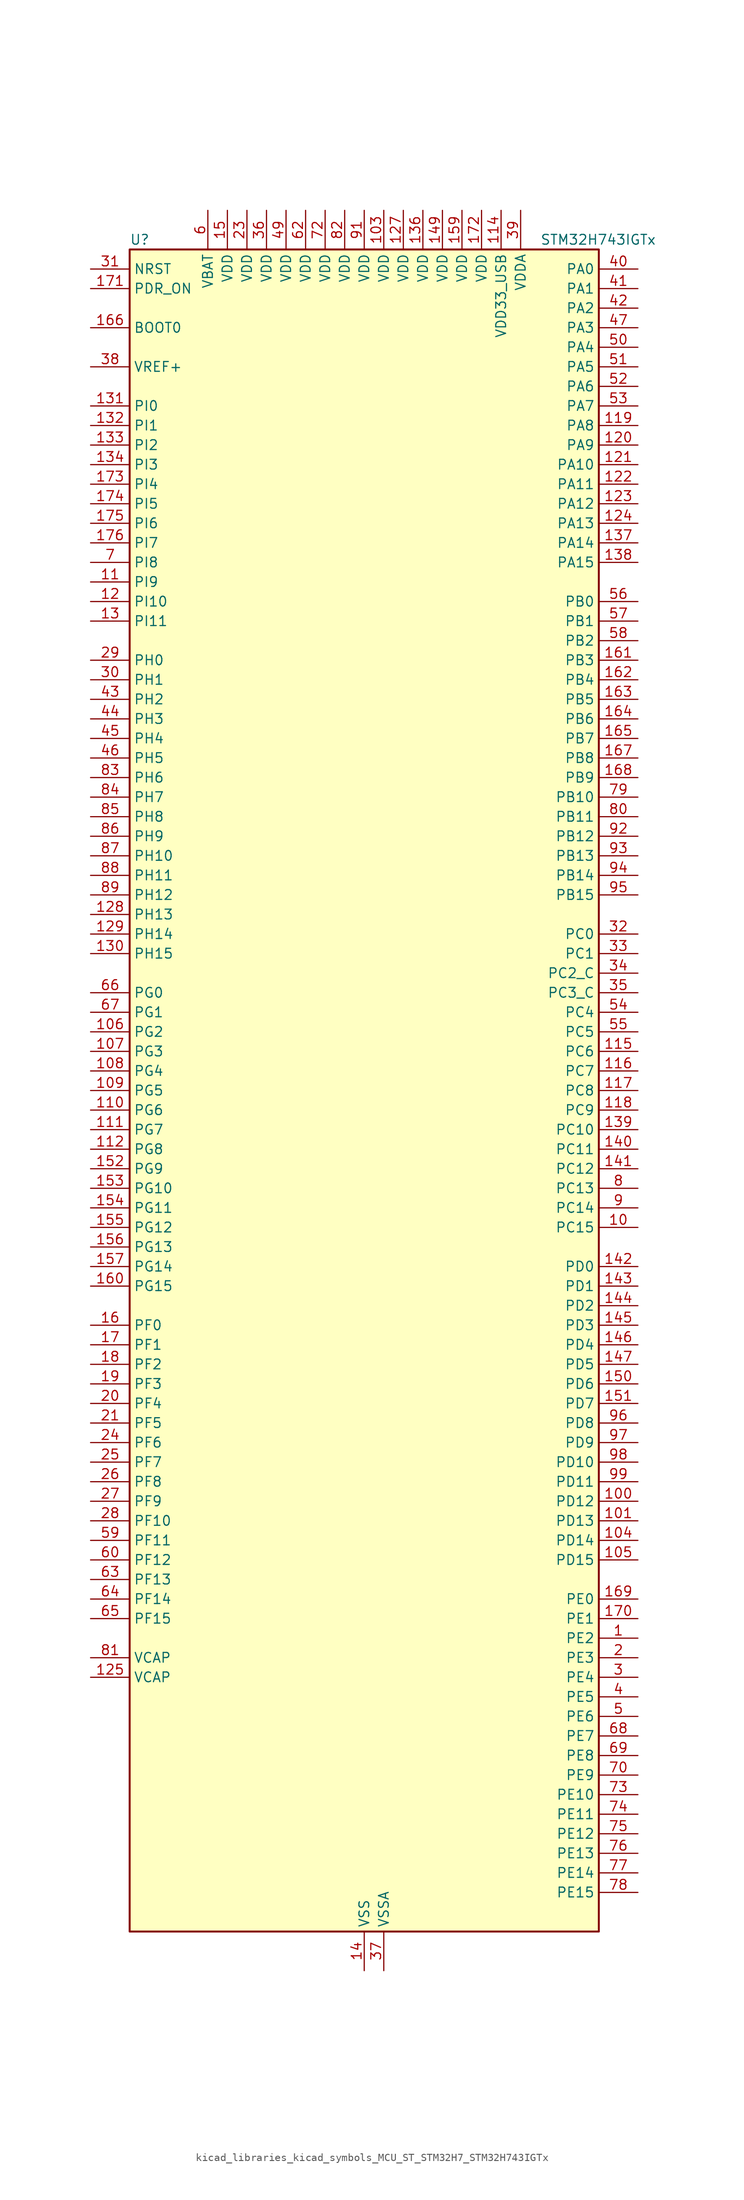
<source format=kicad_sym>
(kicad_symbol_lib
  (version 20220914)
  (generator kicad_symbol_editor)
  (symbol "kicad_libraries_kicad_symbols_MCU_ST_STM32H7_STM32H743IGTx"
    (property "Reference" "U"
      (at -30.48 110.49 0)
      (effects (font (size 1.27 1.27)) (justify left)))
    (property "Value" "STM32H743IGTx"
      (at 22.86 110.49 0)
      (effects (font (size 1.27 1.27)) (justify left)))
    (property "ki_locked" ""
      (at 0 0 0)
      (effects (font (size 1.27 1.27))))
    (symbol "kicad_libraries_kicad_symbols_MCU_ST_STM32H7_STM32H743IGTx_0_1"
      (rectangle (start -30.48 -109.22) (end 30.48 109.22) (stroke (width 0.254) (type default)) (fill (type background))))
    (symbol "kicad_libraries_kicad_symbols_MCU_ST_STM32H7_STM32H743IGTx_1_1"
      (pin bidirectional line (at 35.56 -71.12 180) (length 5.08) (name "PE2" (effects (font (size 1.27 1.27)))) (number "1" (effects (font (size 1.27 1.27)))) (alternate "DEBUG_TRACECLK" bidirectional line) (alternate "ETH_TXD3" bidirectional line) (alternate "FMC_A23" bidirectional line) (alternate "QUADSPI_BK1_IO2" bidirectional line) (alternate "SAI1_CK1" bidirectional line) (alternate "SAI1_MCLK_A" bidirectional line) (alternate "SAI4_CK1" bidirectional line) (alternate "SAI4_MCLK_A" bidirectional line) (alternate "SPI4_SCK" bidirectional line))
      (pin bidirectional line (at 35.56 -17.78 180) (length 5.08) (name "PC15" (effects (font (size 1.27 1.27)))) (number "10" (effects (font (size 1.27 1.27)))) (alternate "ADC1_EXTI15" bidirectional line) (alternate "ADC2_EXTI15" bidirectional line) (alternate "ADC3_EXTI15" bidirectional line) (alternate "RCC_OSC32_OUT" bidirectional line))
      (pin bidirectional line (at 35.56 -53.34 180) (length 5.08) (name "PD12" (effects (font (size 1.27 1.27)))) (number "100" (effects (font (size 1.27 1.27)))) (alternate "FMC_A17" bidirectional line) (alternate "FMC_ALE" bidirectional line) (alternate "I2C4_SCL" bidirectional line) (alternate "LPTIM1_IN1" bidirectional line) (alternate "LPTIM2_IN1" bidirectional line) (alternate "QUADSPI_BK1_IO1" bidirectional line) (alternate "SAI2_FS_A" bidirectional line) (alternate "TIM4_CH1" bidirectional line) (alternate "USART3_DE" bidirectional line) (alternate "USART3_RTS" bidirectional line))
      (pin bidirectional line (at 35.56 -55.88 180) (length 5.08) (name "PD13" (effects (font (size 1.27 1.27)))) (number "101" (effects (font (size 1.27 1.27)))) (alternate "FMC_A18" bidirectional line) (alternate "I2C4_SDA" bidirectional line) (alternate "LPTIM1_OUT" bidirectional line) (alternate "QUADSPI_BK1_IO3" bidirectional line) (alternate "SAI2_SCK_A" bidirectional line) (alternate "TIM4_CH2" bidirectional line))
      (pin passive line (at 0 -114.3 90) (length 5.08) hide (name "VSS" (effects (font (size 1.27 1.27)))) (number "102" (effects (font (size 1.27 1.27)))))
      (pin power_in line (at 2.54 114.3 270) (length 5.08) (name "VDD" (effects (font (size 1.27 1.27)))) (number "103" (effects (font (size 1.27 1.27)))))
      (pin bidirectional line (at 35.56 -58.42 180) (length 5.08) (name "PD14" (effects (font (size 1.27 1.27)))) (number "104" (effects (font (size 1.27 1.27)))) (alternate "FMC_D0" bidirectional line) (alternate "FMC_DA0" bidirectional line) (alternate "SAI3_MCLK_B" bidirectional line) (alternate "TIM4_CH3" bidirectional line) (alternate "UART8_CTS" bidirectional line))
      (pin bidirectional line (at 35.56 -60.96 180) (length 5.08) (name "PD15" (effects (font (size 1.27 1.27)))) (number "105" (effects (font (size 1.27 1.27)))) (alternate "ADC1_EXTI15" bidirectional line) (alternate "ADC2_EXTI15" bidirectional line) (alternate "ADC3_EXTI15" bidirectional line) (alternate "FMC_D1" bidirectional line) (alternate "FMC_DA1" bidirectional line) (alternate "SAI3_MCLK_A" bidirectional line) (alternate "TIM4_CH4" bidirectional line) (alternate "UART8_DE" bidirectional line) (alternate "UART8_RTS" bidirectional line))
      (pin bidirectional line (at -35.56 7.62 0) (length 5.08) (name "PG2" (effects (font (size 1.27 1.27)))) (number "106" (effects (font (size 1.27 1.27)))) (alternate "FMC_A12" bidirectional line) (alternate "TIM8_BKIN" bidirectional line) (alternate "TIM8_BKIN_COMP1" bidirectional line) (alternate "TIM8_BKIN_COMP2" bidirectional line))
      (pin bidirectional line (at -35.56 5.08 0) (length 5.08) (name "PG3" (effects (font (size 1.27 1.27)))) (number "107" (effects (font (size 1.27 1.27)))) (alternate "FMC_A13" bidirectional line) (alternate "TIM8_BKIN2" bidirectional line) (alternate "TIM8_BKIN2_COMP1" bidirectional line) (alternate "TIM8_BKIN2_COMP2" bidirectional line))
      (pin bidirectional line (at -35.56 2.54 0) (length 5.08) (name "PG4" (effects (font (size 1.27 1.27)))) (number "108" (effects (font (size 1.27 1.27)))) (alternate "FMC_A14" bidirectional line) (alternate "FMC_BA0" bidirectional line) (alternate "TIM1_BKIN2" bidirectional line) (alternate "TIM1_BKIN2_COMP1" bidirectional line) (alternate "TIM1_BKIN2_COMP2" bidirectional line))
      (pin bidirectional line (at -35.56 0 0) (length 5.08) (name "PG5" (effects (font (size 1.27 1.27)))) (number "109" (effects (font (size 1.27 1.27)))) (alternate "FMC_A15" bidirectional line) (alternate "FMC_BA1" bidirectional line) (alternate "TIM1_ETR" bidirectional line))
      (pin bidirectional line (at -35.56 66.04 0) (length 5.08) (name "PI9" (effects (font (size 1.27 1.27)))) (number "11" (effects (font (size 1.27 1.27)))) (alternate "DAC1_EXTI9" bidirectional line) (alternate "FDCAN1_RX" bidirectional line) (alternate "FMC_D30" bidirectional line) (alternate "LTDC_VSYNC" bidirectional line) (alternate "UART4_RX" bidirectional line))
      (pin bidirectional line (at -35.56 -2.54 0) (length 5.08) (name "PG6" (effects (font (size 1.27 1.27)))) (number "110" (effects (font (size 1.27 1.27)))) (alternate "DCMI_D12" bidirectional line) (alternate "FMC_NE3" bidirectional line) (alternate "HRTIM_CHE1" bidirectional line) (alternate "LTDC_R7" bidirectional line) (alternate "QUADSPI_BK1_NCS" bidirectional line) (alternate "TIM17_BKIN" bidirectional line))
      (pin bidirectional line (at -35.56 -5.08 0) (length 5.08) (name "PG7" (effects (font (size 1.27 1.27)))) (number "111" (effects (font (size 1.27 1.27)))) (alternate "DCMI_D13" bidirectional line) (alternate "FMC_INT" bidirectional line) (alternate "HRTIM_CHE2" bidirectional line) (alternate "LTDC_CLK" bidirectional line) (alternate "SAI1_MCLK_A" bidirectional line) (alternate "USART6_CK" bidirectional line))
      (pin bidirectional line (at -35.56 -7.62 0) (length 5.08) (name "PG8" (effects (font (size 1.27 1.27)))) (number "112" (effects (font (size 1.27 1.27)))) (alternate "ETH_PPS_OUT" bidirectional line) (alternate "FMC_SDCLK" bidirectional line) (alternate "LTDC_G7" bidirectional line) (alternate "SPDIFRX1_IN2" bidirectional line) (alternate "SPI6_NSS" bidirectional line) (alternate "TIM8_ETR" bidirectional line) (alternate "USART6_DE" bidirectional line) (alternate "USART6_RTS" bidirectional line))
      (pin passive line (at 0 -114.3 90) (length 5.08) hide (name "VSS" (effects (font (size 1.27 1.27)))) (number "113" (effects (font (size 1.27 1.27)))))
      (pin power_in line (at 17.78 114.3 270) (length 5.08) (name "VDD33_USB" (effects (font (size 1.27 1.27)))) (number "114" (effects (font (size 1.27 1.27)))))
      (pin bidirectional line (at 35.56 5.08 180) (length 5.08) (name "PC6" (effects (font (size 1.27 1.27)))) (number "115" (effects (font (size 1.27 1.27)))) (alternate "DCMI_D0" bidirectional line) (alternate "DFSDM1_CKIN3" bidirectional line) (alternate "FMC_NWAIT" bidirectional line) (alternate "HRTIM_CHA1" bidirectional line) (alternate "I2S2_MCK" bidirectional line) (alternate "LTDC_HSYNC" bidirectional line) (alternate "SDMMC1_D0DIR" bidirectional line) (alternate "SDMMC1_D6" bidirectional line) (alternate "SDMMC2_D6" bidirectional line) (alternate "SWPMI1_IO" bidirectional line) (alternate "TIM3_CH1" bidirectional line) (alternate "TIM8_CH1" bidirectional line) (alternate "USART6_TX" bidirectional line))
      (pin bidirectional line (at 35.56 2.54 180) (length 5.08) (name "PC7" (effects (font (size 1.27 1.27)))) (number "116" (effects (font (size 1.27 1.27)))) (alternate "DCMI_D1" bidirectional line) (alternate "DEBUG_TRGIO" bidirectional line) (alternate "DFSDM1_DATIN3" bidirectional line) (alternate "FMC_NE1" bidirectional line) (alternate "HRTIM_CHA2" bidirectional line) (alternate "I2S3_MCK" bidirectional line) (alternate "LTDC_G6" bidirectional line) (alternate "SDMMC1_D123DIR" bidirectional line) (alternate "SDMMC1_D7" bidirectional line) (alternate "SDMMC2_D7" bidirectional line) (alternate "SWPMI1_TX" bidirectional line) (alternate "TIM3_CH2" bidirectional line) (alternate "TIM8_CH2" bidirectional line) (alternate "USART6_RX" bidirectional line))
      (pin bidirectional line (at 35.56 0 180) (length 5.08) (name "PC8" (effects (font (size 1.27 1.27)))) (number "117" (effects (font (size 1.27 1.27)))) (alternate "DCMI_D2" bidirectional line) (alternate "DEBUG_TRACED1" bidirectional line) (alternate "FMC_NCE" bidirectional line) (alternate "FMC_NE2" bidirectional line) (alternate "HRTIM_CHB1" bidirectional line) (alternate "SDMMC1_D0" bidirectional line) (alternate "SWPMI1_RX" bidirectional line) (alternate "TIM3_CH3" bidirectional line) (alternate "TIM8_CH3" bidirectional line) (alternate "UART5_DE" bidirectional line) (alternate "UART5_RTS" bidirectional line) (alternate "USART6_CK" bidirectional line))
      (pin bidirectional line (at 35.56 -2.54 180) (length 5.08) (name "PC9" (effects (font (size 1.27 1.27)))) (number "118" (effects (font (size 1.27 1.27)))) (alternate "DAC1_EXTI9" bidirectional line) (alternate "DCMI_D3" bidirectional line) (alternate "I2C3_SDA" bidirectional line) (alternate "I2S_CKIN" bidirectional line) (alternate "LTDC_B2" bidirectional line) (alternate "LTDC_G3" bidirectional line) (alternate "QUADSPI_BK1_IO0" bidirectional line) (alternate "RCC_MCO_2" bidirectional line) (alternate "SDMMC1_D1" bidirectional line) (alternate "SWPMI1_SUSPEND" bidirectional line) (alternate "TIM3_CH4" bidirectional line) (alternate "TIM8_CH4" bidirectional line) (alternate "UART5_CTS" bidirectional line))
      (pin bidirectional line (at 35.56 86.36 180) (length 5.08) (name "PA8" (effects (font (size 1.27 1.27)))) (number "119" (effects (font (size 1.27 1.27)))) (alternate "HRTIM_CHB2" bidirectional line) (alternate "I2C3_SCL" bidirectional line) (alternate "LTDC_B3" bidirectional line) (alternate "LTDC_R6" bidirectional line) (alternate "RCC_MCO_1" bidirectional line) (alternate "TIM1_CH1" bidirectional line) (alternate "TIM8_BKIN2" bidirectional line) (alternate "TIM8_BKIN2_COMP1" bidirectional line) (alternate "TIM8_BKIN2_COMP2" bidirectional line) (alternate "UART7_RX" bidirectional line) (alternate "USART1_CK" bidirectional line) (alternate "USB_OTG_FS_SOF" bidirectional line))
      (pin bidirectional line (at -35.56 63.5 0) (length 5.08) (name "PI10" (effects (font (size 1.27 1.27)))) (number "12" (effects (font (size 1.27 1.27)))) (alternate "ETH_RX_ER" bidirectional line) (alternate "FMC_D31" bidirectional line) (alternate "LTDC_HSYNC" bidirectional line))
      (pin bidirectional line (at 35.56 83.82 180) (length 5.08) (name "PA9" (effects (font (size 1.27 1.27)))) (number "120" (effects (font (size 1.27 1.27)))) (alternate "DAC1_EXTI9" bidirectional line) (alternate "DCMI_D0" bidirectional line) (alternate "HRTIM_CHC1" bidirectional line) (alternate "I2C3_SMBA" bidirectional line) (alternate "I2S2_CK" bidirectional line) (alternate "LPUART1_TX" bidirectional line) (alternate "LTDC_R5" bidirectional line) (alternate "SPI2_SCK" bidirectional line) (alternate "TIM1_CH2" bidirectional line) (alternate "USART1_TX" bidirectional line) (alternate "USB_OTG_FS_VBUS" bidirectional line))
      (pin bidirectional line (at 35.56 81.28 180) (length 5.08) (name "PA10" (effects (font (size 1.27 1.27)))) (number "121" (effects (font (size 1.27 1.27)))) (alternate "DCMI_D1" bidirectional line) (alternate "HRTIM_CHC2" bidirectional line) (alternate "LPUART1_RX" bidirectional line) (alternate "LTDC_B1" bidirectional line) (alternate "LTDC_B4" bidirectional line) (alternate "MDIOS_MDIO" bidirectional line) (alternate "TIM1_CH3" bidirectional line) (alternate "USART1_RX" bidirectional line) (alternate "USB_OTG_FS_ID" bidirectional line))
      (pin bidirectional line (at 35.56 78.74 180) (length 5.08) (name "PA11" (effects (font (size 1.27 1.27)))) (number "122" (effects (font (size 1.27 1.27)))) (alternate "ADC1_EXTI11" bidirectional line) (alternate "ADC2_EXTI11" bidirectional line) (alternate "ADC3_EXTI11" bidirectional line) (alternate "FDCAN1_RX" bidirectional line) (alternate "HRTIM_CHD1" bidirectional line) (alternate "I2S2_WS" bidirectional line) (alternate "LPUART1_CTS" bidirectional line) (alternate "LTDC_R4" bidirectional line) (alternate "SPI2_NSS" bidirectional line) (alternate "TIM1_CH4" bidirectional line) (alternate "UART4_RX" bidirectional line) (alternate "USART1_CTS" bidirectional line) (alternate "USART1_NSS" bidirectional line) (alternate "USB_OTG_FS_DM" bidirectional line))
      (pin bidirectional line (at 35.56 76.2 180) (length 5.08) (name "PA12" (effects (font (size 1.27 1.27)))) (number "123" (effects (font (size 1.27 1.27)))) (alternate "FDCAN1_TX" bidirectional line) (alternate "HRTIM_CHD2" bidirectional line) (alternate "I2S2_CK" bidirectional line) (alternate "LPUART1_DE" bidirectional line) (alternate "LPUART1_RTS" bidirectional line) (alternate "LTDC_R5" bidirectional line) (alternate "SAI2_FS_B" bidirectional line) (alternate "SPI2_SCK" bidirectional line) (alternate "TIM1_ETR" bidirectional line) (alternate "UART4_TX" bidirectional line) (alternate "USART1_DE" bidirectional line) (alternate "USART1_RTS" bidirectional line) (alternate "USB_OTG_FS_DP" bidirectional line))
      (pin bidirectional line (at 35.56 73.66 180) (length 5.08) (name "PA13" (effects (font (size 1.27 1.27)))) (number "124" (effects (font (size 1.27 1.27)))) (alternate "DEBUG_JTMS-SWDIO" bidirectional line))
      (pin power_out line (at -35.56 -76.2 0) (length 5.08) (name "VCAP" (effects (font (size 1.27 1.27)))) (number "125" (effects (font (size 1.27 1.27)))))
      (pin passive line (at 0 -114.3 90) (length 5.08) hide (name "VSS" (effects (font (size 1.27 1.27)))) (number "126" (effects (font (size 1.27 1.27)))))
      (pin power_in line (at 5.08 114.3 270) (length 5.08) (name "VDD" (effects (font (size 1.27 1.27)))) (number "127" (effects (font (size 1.27 1.27)))))
      (pin bidirectional line (at -35.56 22.86 0) (length 5.08) (name "PH13" (effects (font (size 1.27 1.27)))) (number "128" (effects (font (size 1.27 1.27)))) (alternate "FDCAN1_TX" bidirectional line) (alternate "FMC_D21" bidirectional line) (alternate "LTDC_G2" bidirectional line) (alternate "TIM8_CH1N" bidirectional line) (alternate "UART4_TX" bidirectional line))
      (pin bidirectional line (at -35.56 20.32 0) (length 5.08) (name "PH14" (effects (font (size 1.27 1.27)))) (number "129" (effects (font (size 1.27 1.27)))) (alternate "DCMI_D4" bidirectional line) (alternate "FDCAN1_RX" bidirectional line) (alternate "FMC_D22" bidirectional line) (alternate "LTDC_G3" bidirectional line) (alternate "TIM8_CH2N" bidirectional line) (alternate "UART4_RX" bidirectional line))
      (pin bidirectional line (at -35.56 60.96 0) (length 5.08) (name "PI11" (effects (font (size 1.27 1.27)))) (number "13" (effects (font (size 1.27 1.27)))) (alternate "ADC1_EXTI11" bidirectional line) (alternate "ADC2_EXTI11" bidirectional line) (alternate "ADC3_EXTI11" bidirectional line) (alternate "LTDC_G6" bidirectional line) (alternate "PWR_WKUP4" bidirectional line) (alternate "USB_OTG_HS_ULPI_DIR" bidirectional line))
      (pin bidirectional line (at -35.56 17.78 0) (length 5.08) (name "PH15" (effects (font (size 1.27 1.27)))) (number "130" (effects (font (size 1.27 1.27)))) (alternate "ADC1_EXTI15" bidirectional line) (alternate "ADC2_EXTI15" bidirectional line) (alternate "ADC3_EXTI15" bidirectional line) (alternate "DCMI_D11" bidirectional line) (alternate "FMC_D23" bidirectional line) (alternate "LTDC_G4" bidirectional line) (alternate "TIM8_CH3N" bidirectional line))
      (pin bidirectional line (at -35.56 88.9 0) (length 5.08) (name "PI0" (effects (font (size 1.27 1.27)))) (number "131" (effects (font (size 1.27 1.27)))) (alternate "DCMI_D13" bidirectional line) (alternate "FMC_D24" bidirectional line) (alternate "I2S2_WS" bidirectional line) (alternate "LTDC_G5" bidirectional line) (alternate "SPI2_NSS" bidirectional line) (alternate "TIM5_CH4" bidirectional line))
      (pin bidirectional line (at -35.56 86.36 0) (length 5.08) (name "PI1" (effects (font (size 1.27 1.27)))) (number "132" (effects (font (size 1.27 1.27)))) (alternate "DCMI_D8" bidirectional line) (alternate "FMC_D25" bidirectional line) (alternate "I2S2_CK" bidirectional line) (alternate "LTDC_G6" bidirectional line) (alternate "SPI2_SCK" bidirectional line) (alternate "TIM8_BKIN2" bidirectional line) (alternate "TIM8_BKIN2_COMP1" bidirectional line) (alternate "TIM8_BKIN2_COMP2" bidirectional line))
      (pin bidirectional line (at -35.56 83.82 0) (length 5.08) (name "PI2" (effects (font (size 1.27 1.27)))) (number "133" (effects (font (size 1.27 1.27)))) (alternate "DCMI_D9" bidirectional line) (alternate "FMC_D26" bidirectional line) (alternate "I2S2_SDI" bidirectional line) (alternate "LTDC_G7" bidirectional line) (alternate "SPI2_MISO" bidirectional line) (alternate "TIM8_CH4" bidirectional line))
      (pin bidirectional line (at -35.56 81.28 0) (length 5.08) (name "PI3" (effects (font (size 1.27 1.27)))) (number "134" (effects (font (size 1.27 1.27)))) (alternate "DCMI_D10" bidirectional line) (alternate "FMC_D27" bidirectional line) (alternate "I2S2_SDO" bidirectional line) (alternate "SPI2_MOSI" bidirectional line) (alternate "TIM8_ETR" bidirectional line))
      (pin passive line (at 0 -114.3 90) (length 5.08) hide (name "VSS" (effects (font (size 1.27 1.27)))) (number "135" (effects (font (size 1.27 1.27)))))
      (pin power_in line (at 7.62 114.3 270) (length 5.08) (name "VDD" (effects (font (size 1.27 1.27)))) (number "136" (effects (font (size 1.27 1.27)))))
      (pin bidirectional line (at 35.56 71.12 180) (length 5.08) (name "PA14" (effects (font (size 1.27 1.27)))) (number "137" (effects (font (size 1.27 1.27)))) (alternate "DEBUG_JTCK-SWCLK" bidirectional line))
      (pin bidirectional line (at 35.56 68.58 180) (length 5.08) (name "PA15" (effects (font (size 1.27 1.27)))) (number "138" (effects (font (size 1.27 1.27)))) (alternate "ADC1_EXTI15" bidirectional line) (alternate "ADC2_EXTI15" bidirectional line) (alternate "ADC3_EXTI15" bidirectional line) (alternate "CEC" bidirectional line) (alternate "DEBUG_JTDI" bidirectional line) (alternate "HRTIM_FLT1" bidirectional line) (alternate "I2S1_WS" bidirectional line) (alternate "I2S3_WS" bidirectional line) (alternate "SPI1_NSS" bidirectional line) (alternate "SPI3_NSS" bidirectional line) (alternate "SPI6_NSS" bidirectional line) (alternate "TIM2_CH1" bidirectional line) (alternate "TIM2_ETR" bidirectional line) (alternate "UART4_DE" bidirectional line) (alternate "UART4_RTS" bidirectional line) (alternate "UART7_TX" bidirectional line))
      (pin bidirectional line (at 35.56 -5.08 180) (length 5.08) (name "PC10" (effects (font (size 1.27 1.27)))) (number "139" (effects (font (size 1.27 1.27)))) (alternate "DCMI_D8" bidirectional line) (alternate "DFSDM1_CKIN5" bidirectional line) (alternate "HRTIM_EEV1" bidirectional line) (alternate "I2S3_CK" bidirectional line) (alternate "LTDC_R2" bidirectional line) (alternate "QUADSPI_BK1_IO1" bidirectional line) (alternate "SDMMC1_D2" bidirectional line) (alternate "SPI3_SCK" bidirectional line) (alternate "UART4_TX" bidirectional line) (alternate "USART3_TX" bidirectional line))
      (pin power_in line (at 0 -114.3 90) (length 5.08) (name "VSS" (effects (font (size 1.27 1.27)))) (number "14" (effects (font (size 1.27 1.27)))))
      (pin bidirectional line (at 35.56 -7.62 180) (length 5.08) (name "PC11" (effects (font (size 1.27 1.27)))) (number "140" (effects (font (size 1.27 1.27)))) (alternate "ADC1_EXTI11" bidirectional line) (alternate "ADC2_EXTI11" bidirectional line) (alternate "ADC3_EXTI11" bidirectional line) (alternate "DCMI_D4" bidirectional line) (alternate "DFSDM1_DATIN5" bidirectional line) (alternate "HRTIM_FLT2" bidirectional line) (alternate "I2S3_SDI" bidirectional line) (alternate "QUADSPI_BK2_NCS" bidirectional line) (alternate "SDMMC1_D3" bidirectional line) (alternate "SPI3_MISO" bidirectional line) (alternate "UART4_RX" bidirectional line) (alternate "USART3_RX" bidirectional line))
      (pin bidirectional line (at 35.56 -10.16 180) (length 5.08) (name "PC12" (effects (font (size 1.27 1.27)))) (number "141" (effects (font (size 1.27 1.27)))) (alternate "DCMI_D9" bidirectional line) (alternate "DEBUG_TRACED3" bidirectional line) (alternate "HRTIM_EEV2" bidirectional line) (alternate "I2S3_SDO" bidirectional line) (alternate "SDMMC1_CK" bidirectional line) (alternate "SPI3_MOSI" bidirectional line) (alternate "UART5_TX" bidirectional line) (alternate "USART3_CK" bidirectional line))
      (pin bidirectional line (at 35.56 -22.86 180) (length 5.08) (name "PD0" (effects (font (size 1.27 1.27)))) (number "142" (effects (font (size 1.27 1.27)))) (alternate "DFSDM1_CKIN6" bidirectional line) (alternate "FDCAN1_RX" bidirectional line) (alternate "FMC_D2" bidirectional line) (alternate "FMC_DA2" bidirectional line) (alternate "SAI3_SCK_A" bidirectional line) (alternate "UART4_RX" bidirectional line))
      (pin bidirectional line (at 35.56 -25.4 180) (length 5.08) (name "PD1" (effects (font (size 1.27 1.27)))) (number "143" (effects (font (size 1.27 1.27)))) (alternate "DFSDM1_DATIN6" bidirectional line) (alternate "FDCAN1_TX" bidirectional line) (alternate "FMC_D3" bidirectional line) (alternate "FMC_DA3" bidirectional line) (alternate "SAI3_SD_A" bidirectional line) (alternate "UART4_TX" bidirectional line))
      (pin bidirectional line (at 35.56 -27.94 180) (length 5.08) (name "PD2" (effects (font (size 1.27 1.27)))) (number "144" (effects (font (size 1.27 1.27)))) (alternate "DCMI_D11" bidirectional line) (alternate "DEBUG_TRACED2" bidirectional line) (alternate "SDMMC1_CMD" bidirectional line) (alternate "TIM3_ETR" bidirectional line) (alternate "UART5_RX" bidirectional line))
      (pin bidirectional line (at 35.56 -30.48 180) (length 5.08) (name "PD3" (effects (font (size 1.27 1.27)))) (number "145" (effects (font (size 1.27 1.27)))) (alternate "DCMI_D5" bidirectional line) (alternate "DFSDM1_CKOUT" bidirectional line) (alternate "FMC_CLK" bidirectional line) (alternate "I2S2_CK" bidirectional line) (alternate "LTDC_G7" bidirectional line) (alternate "SPI2_SCK" bidirectional line) (alternate "USART2_CTS" bidirectional line) (alternate "USART2_NSS" bidirectional line))
      (pin bidirectional line (at 35.56 -33.02 180) (length 5.08) (name "PD4" (effects (font (size 1.27 1.27)))) (number "146" (effects (font (size 1.27 1.27)))) (alternate "FMC_NOE" bidirectional line) (alternate "HRTIM_FLT3" bidirectional line) (alternate "SAI3_FS_A" bidirectional line) (alternate "USART2_DE" bidirectional line) (alternate "USART2_RTS" bidirectional line))
      (pin bidirectional line (at 35.56 -35.56 180) (length 5.08) (name "PD5" (effects (font (size 1.27 1.27)))) (number "147" (effects (font (size 1.27 1.27)))) (alternate "FMC_NWE" bidirectional line) (alternate "HRTIM_EEV3" bidirectional line) (alternate "USART2_TX" bidirectional line))
      (pin passive line (at 0 -114.3 90) (length 5.08) hide (name "VSS" (effects (font (size 1.27 1.27)))) (number "148" (effects (font (size 1.27 1.27)))))
      (pin power_in line (at 10.16 114.3 270) (length 5.08) (name "VDD" (effects (font (size 1.27 1.27)))) (number "149" (effects (font (size 1.27 1.27)))))
      (pin power_in line (at -17.78 114.3 270) (length 5.08) (name "VDD" (effects (font (size 1.27 1.27)))) (number "15" (effects (font (size 1.27 1.27)))))
      (pin bidirectional line (at 35.56 -38.1 180) (length 5.08) (name "PD6" (effects (font (size 1.27 1.27)))) (number "150" (effects (font (size 1.27 1.27)))) (alternate "DCMI_D10" bidirectional line) (alternate "DFSDM1_CKIN4" bidirectional line) (alternate "DFSDM1_DATIN1" bidirectional line) (alternate "FMC_NWAIT" bidirectional line) (alternate "I2S3_SDO" bidirectional line) (alternate "LTDC_B2" bidirectional line) (alternate "SAI1_D1" bidirectional line) (alternate "SAI1_SD_A" bidirectional line) (alternate "SAI4_D1" bidirectional line) (alternate "SAI4_SD_A" bidirectional line) (alternate "SDMMC2_CK" bidirectional line) (alternate "SPI3_MOSI" bidirectional line) (alternate "USART2_RX" bidirectional line))
      (pin bidirectional line (at 35.56 -40.64 180) (length 5.08) (name "PD7" (effects (font (size 1.27 1.27)))) (number "151" (effects (font (size 1.27 1.27)))) (alternate "DFSDM1_CKIN1" bidirectional line) (alternate "DFSDM1_DATIN4" bidirectional line) (alternate "FMC_NE1" bidirectional line) (alternate "I2S1_SDO" bidirectional line) (alternate "SDMMC2_CMD" bidirectional line) (alternate "SPDIFRX1_IN0" bidirectional line) (alternate "SPI1_MOSI" bidirectional line) (alternate "USART2_CK" bidirectional line))
      (pin bidirectional line (at -35.56 -10.16 0) (length 5.08) (name "PG9" (effects (font (size 1.27 1.27)))) (number "152" (effects (font (size 1.27 1.27)))) (alternate "DAC1_EXTI9" bidirectional line) (alternate "DCMI_VSYNC" bidirectional line) (alternate "FMC_NCE" bidirectional line) (alternate "FMC_NE2" bidirectional line) (alternate "I2S1_SDI" bidirectional line) (alternate "QUADSPI_BK2_IO2" bidirectional line) (alternate "SAI2_FS_B" bidirectional line) (alternate "SPDIFRX1_IN3" bidirectional line) (alternate "SPI1_MISO" bidirectional line) (alternate "USART6_RX" bidirectional line))
      (pin bidirectional line (at -35.56 -12.7 0) (length 5.08) (name "PG10" (effects (font (size 1.27 1.27)))) (number "153" (effects (font (size 1.27 1.27)))) (alternate "DCMI_D2" bidirectional line) (alternate "FMC_NE3" bidirectional line) (alternate "HRTIM_FLT5" bidirectional line) (alternate "I2S1_WS" bidirectional line) (alternate "LTDC_B2" bidirectional line) (alternate "LTDC_G3" bidirectional line) (alternate "SAI2_SD_B" bidirectional line) (alternate "SPI1_NSS" bidirectional line))
      (pin bidirectional line (at -35.56 -15.24 0) (length 5.08) (name "PG11" (effects (font (size 1.27 1.27)))) (number "154" (effects (font (size 1.27 1.27)))) (alternate "ADC1_EXTI11" bidirectional line) (alternate "ADC2_EXTI11" bidirectional line) (alternate "ADC3_EXTI11" bidirectional line) (alternate "DCMI_D3" bidirectional line) (alternate "ETH_TX_EN" bidirectional line) (alternate "HRTIM_EEV4" bidirectional line) (alternate "I2S1_CK" bidirectional line) (alternate "LPTIM1_IN2" bidirectional line) (alternate "LTDC_B3" bidirectional line) (alternate "SDMMC2_D2" bidirectional line) (alternate "SPDIFRX1_IN0" bidirectional line) (alternate "SPI1_SCK" bidirectional line))
      (pin bidirectional line (at -35.56 -17.78 0) (length 5.08) (name "PG12" (effects (font (size 1.27 1.27)))) (number "155" (effects (font (size 1.27 1.27)))) (alternate "ETH_TXD1" bidirectional line) (alternate "FMC_NE4" bidirectional line) (alternate "HRTIM_EEV5" bidirectional line) (alternate "LPTIM1_IN1" bidirectional line) (alternate "LTDC_B1" bidirectional line) (alternate "LTDC_B4" bidirectional line) (alternate "SPDIFRX1_IN1" bidirectional line) (alternate "SPI6_MISO" bidirectional line) (alternate "USART6_DE" bidirectional line) (alternate "USART6_RTS" bidirectional line))
      (pin bidirectional line (at -35.56 -20.32 0) (length 5.08) (name "PG13" (effects (font (size 1.27 1.27)))) (number "156" (effects (font (size 1.27 1.27)))) (alternate "DEBUG_TRACED0" bidirectional line) (alternate "ETH_TXD0" bidirectional line) (alternate "FMC_A24" bidirectional line) (alternate "HRTIM_EEV10" bidirectional line) (alternate "LPTIM1_OUT" bidirectional line) (alternate "LTDC_R0" bidirectional line) (alternate "SPI6_SCK" bidirectional line) (alternate "USART6_CTS" bidirectional line) (alternate "USART6_NSS" bidirectional line))
      (pin bidirectional line (at -35.56 -22.86 0) (length 5.08) (name "PG14" (effects (font (size 1.27 1.27)))) (number "157" (effects (font (size 1.27 1.27)))) (alternate "DEBUG_TRACED1" bidirectional line) (alternate "ETH_TXD1" bidirectional line) (alternate "FMC_A25" bidirectional line) (alternate "LPTIM1_ETR" bidirectional line) (alternate "LTDC_B0" bidirectional line) (alternate "QUADSPI_BK2_IO3" bidirectional line) (alternate "SPI6_MOSI" bidirectional line) (alternate "USART6_TX" bidirectional line))
      (pin passive line (at 0 -114.3 90) (length 5.08) hide (name "VSS" (effects (font (size 1.27 1.27)))) (number "158" (effects (font (size 1.27 1.27)))))
      (pin power_in line (at 12.7 114.3 270) (length 5.08) (name "VDD" (effects (font (size 1.27 1.27)))) (number "159" (effects (font (size 1.27 1.27)))))
      (pin bidirectional line (at -35.56 -30.48 0) (length 5.08) (name "PF0" (effects (font (size 1.27 1.27)))) (number "16" (effects (font (size 1.27 1.27)))) (alternate "FMC_A0" bidirectional line) (alternate "I2C2_SDA" bidirectional line))
      (pin bidirectional line (at -35.56 -25.4 0) (length 5.08) (name "PG15" (effects (font (size 1.27 1.27)))) (number "160" (effects (font (size 1.27 1.27)))) (alternate "ADC1_EXTI15" bidirectional line) (alternate "ADC2_EXTI15" bidirectional line) (alternate "ADC3_EXTI15" bidirectional line) (alternate "DCMI_D13" bidirectional line) (alternate "FMC_SDNCAS" bidirectional line) (alternate "USART6_CTS" bidirectional line) (alternate "USART6_NSS" bidirectional line))
      (pin bidirectional line (at 35.56 55.88 180) (length 5.08) (name "PB3" (effects (font (size 1.27 1.27)))) (number "161" (effects (font (size 1.27 1.27)))) (alternate "CRS_SYNC" bidirectional line) (alternate "DEBUG_JTDO-SWO" bidirectional line) (alternate "HRTIM_FLT4" bidirectional line) (alternate "I2S1_CK" bidirectional line) (alternate "I2S3_CK" bidirectional line) (alternate "SDMMC2_D2" bidirectional line) (alternate "SPI1_SCK" bidirectional line) (alternate "SPI3_SCK" bidirectional line) (alternate "SPI6_SCK" bidirectional line) (alternate "TIM2_CH2" bidirectional line) (alternate "UART7_RX" bidirectional line))
      (pin bidirectional line (at 35.56 53.34 180) (length 5.08) (name "PB4" (effects (font (size 1.27 1.27)))) (number "162" (effects (font (size 1.27 1.27)))) (alternate "DEBUG_JTRST" bidirectional line) (alternate "HRTIM_EEV6" bidirectional line) (alternate "I2S1_SDI" bidirectional line) (alternate "I2S2_WS" bidirectional line) (alternate "I2S3_SDI" bidirectional line) (alternate "SDMMC2_D3" bidirectional line) (alternate "SPI1_MISO" bidirectional line) (alternate "SPI2_NSS" bidirectional line) (alternate "SPI3_MISO" bidirectional line) (alternate "SPI6_MISO" bidirectional line) (alternate "TIM16_BKIN" bidirectional line) (alternate "TIM3_CH1" bidirectional line) (alternate "UART7_TX" bidirectional line))
      (pin bidirectional line (at 35.56 50.8 180) (length 5.08) (name "PB5" (effects (font (size 1.27 1.27)))) (number "163" (effects (font (size 1.27 1.27)))) (alternate "DCMI_D10" bidirectional line) (alternate "ETH_PPS_OUT" bidirectional line) (alternate "FDCAN2_RX" bidirectional line) (alternate "FMC_SDCKE1" bidirectional line) (alternate "HRTIM_EEV7" bidirectional line) (alternate "I2C1_SMBA" bidirectional line) (alternate "I2C4_SMBA" bidirectional line) (alternate "I2S1_SDO" bidirectional line) (alternate "I2S3_SDO" bidirectional line) (alternate "SPI1_MOSI" bidirectional line) (alternate "SPI3_MOSI" bidirectional line) (alternate "SPI6_MOSI" bidirectional line) (alternate "TIM17_BKIN" bidirectional line) (alternate "TIM3_CH2" bidirectional line) (alternate "UART5_RX" bidirectional line) (alternate "USB_OTG_HS_ULPI_D7" bidirectional line))
      (pin bidirectional line (at 35.56 48.26 180) (length 5.08) (name "PB6" (effects (font (size 1.27 1.27)))) (number "164" (effects (font (size 1.27 1.27)))) (alternate "CEC" bidirectional line) (alternate "DCMI_D5" bidirectional line) (alternate "DFSDM1_DATIN5" bidirectional line) (alternate "FDCAN2_TX" bidirectional line) (alternate "FMC_SDNE1" bidirectional line) (alternate "HRTIM_EEV8" bidirectional line) (alternate "I2C1_SCL" bidirectional line) (alternate "I2C4_SCL" bidirectional line) (alternate "LPUART1_TX" bidirectional line) (alternate "QUADSPI_BK1_NCS" bidirectional line) (alternate "TIM16_CH1N" bidirectional line) (alternate "TIM4_CH1" bidirectional line) (alternate "UART5_TX" bidirectional line) (alternate "USART1_TX" bidirectional line))
      (pin bidirectional line (at 35.56 45.72 180) (length 5.08) (name "PB7" (effects (font (size 1.27 1.27)))) (number "165" (effects (font (size 1.27 1.27)))) (alternate "DCMI_VSYNC" bidirectional line) (alternate "DFSDM1_CKIN5" bidirectional line) (alternate "FMC_NL" bidirectional line) (alternate "HRTIM_EEV9" bidirectional line) (alternate "I2C1_SDA" bidirectional line) (alternate "I2C4_SDA" bidirectional line) (alternate "LPUART1_RX" bidirectional line) (alternate "PWR_PVD_IN" bidirectional line) (alternate "TIM17_CH1N" bidirectional line) (alternate "TIM4_CH2" bidirectional line) (alternate "USART1_RX" bidirectional line))
      (pin input line (at -35.56 99.06 0) (length 5.08) (name "BOOT0" (effects (font (size 1.27 1.27)))) (number "166" (effects (font (size 1.27 1.27)))))
      (pin bidirectional line (at 35.56 43.18 180) (length 5.08) (name "PB8" (effects (font (size 1.27 1.27)))) (number "167" (effects (font (size 1.27 1.27)))) (alternate "DCMI_D6" bidirectional line) (alternate "DFSDM1_CKIN7" bidirectional line) (alternate "ETH_TXD3" bidirectional line) (alternate "FDCAN1_RX" bidirectional line) (alternate "I2C1_SCL" bidirectional line) (alternate "I2C4_SCL" bidirectional line) (alternate "LTDC_B6" bidirectional line) (alternate "SDMMC1_CKIN" bidirectional line) (alternate "SDMMC1_D4" bidirectional line) (alternate "SDMMC2_D4" bidirectional line) (alternate "TIM16_CH1" bidirectional line) (alternate "TIM4_CH3" bidirectional line) (alternate "UART4_RX" bidirectional line))
      (pin bidirectional line (at 35.56 40.64 180) (length 5.08) (name "PB9" (effects (font (size 1.27 1.27)))) (number "168" (effects (font (size 1.27 1.27)))) (alternate "DAC1_EXTI9" bidirectional line) (alternate "DCMI_D7" bidirectional line) (alternate "DFSDM1_DATIN7" bidirectional line) (alternate "FDCAN1_TX" bidirectional line) (alternate "I2C1_SDA" bidirectional line) (alternate "I2C4_SDA" bidirectional line) (alternate "I2C4_SMBA" bidirectional line) (alternate "I2S2_WS" bidirectional line) (alternate "LTDC_B7" bidirectional line) (alternate "SDMMC1_CDIR" bidirectional line) (alternate "SDMMC1_D5" bidirectional line) (alternate "SDMMC2_D5" bidirectional line) (alternate "SPI2_NSS" bidirectional line) (alternate "TIM17_CH1" bidirectional line) (alternate "TIM4_CH4" bidirectional line) (alternate "UART4_TX" bidirectional line))
      (pin bidirectional line (at 35.56 -66.04 180) (length 5.08) (name "PE0" (effects (font (size 1.27 1.27)))) (number "169" (effects (font (size 1.27 1.27)))) (alternate "DCMI_D2" bidirectional line) (alternate "FMC_NBL0" bidirectional line) (alternate "HRTIM_SCIN" bidirectional line) (alternate "LPTIM1_ETR" bidirectional line) (alternate "LPTIM2_ETR" bidirectional line) (alternate "SAI2_MCLK_A" bidirectional line) (alternate "TIM4_ETR" bidirectional line) (alternate "UART8_RX" bidirectional line))
      (pin bidirectional line (at -35.56 -33.02 0) (length 5.08) (name "PF1" (effects (font (size 1.27 1.27)))) (number "17" (effects (font (size 1.27 1.27)))) (alternate "FMC_A1" bidirectional line) (alternate "I2C2_SCL" bidirectional line))
      (pin bidirectional line (at 35.56 -68.58 180) (length 5.08) (name "PE1" (effects (font (size 1.27 1.27)))) (number "170" (effects (font (size 1.27 1.27)))) (alternate "DCMI_D3" bidirectional line) (alternate "FMC_NBL1" bidirectional line) (alternate "HRTIM_SCOUT" bidirectional line) (alternate "LPTIM1_IN2" bidirectional line) (alternate "UART8_TX" bidirectional line))
      (pin input line (at -35.56 104.14 0) (length 5.08) (name "PDR_ON" (effects (font (size 1.27 1.27)))) (number "171" (effects (font (size 1.27 1.27)))))
      (pin power_in line (at 15.24 114.3 270) (length 5.08) (name "VDD" (effects (font (size 1.27 1.27)))) (number "172" (effects (font (size 1.27 1.27)))))
      (pin bidirectional line (at -35.56 78.74 0) (length 5.08) (name "PI4" (effects (font (size 1.27 1.27)))) (number "173" (effects (font (size 1.27 1.27)))) (alternate "DCMI_D5" bidirectional line) (alternate "FMC_NBL2" bidirectional line) (alternate "LTDC_B4" bidirectional line) (alternate "SAI2_MCLK_A" bidirectional line) (alternate "TIM8_BKIN" bidirectional line) (alternate "TIM8_BKIN_COMP1" bidirectional line) (alternate "TIM8_BKIN_COMP2" bidirectional line))
      (pin bidirectional line (at -35.56 76.2 0) (length 5.08) (name "PI5" (effects (font (size 1.27 1.27)))) (number "174" (effects (font (size 1.27 1.27)))) (alternate "DCMI_VSYNC" bidirectional line) (alternate "FMC_NBL3" bidirectional line) (alternate "LTDC_B5" bidirectional line) (alternate "SAI2_SCK_A" bidirectional line) (alternate "TIM8_CH1" bidirectional line))
      (pin bidirectional line (at -35.56 73.66 0) (length 5.08) (name "PI6" (effects (font (size 1.27 1.27)))) (number "175" (effects (font (size 1.27 1.27)))) (alternate "DCMI_D6" bidirectional line) (alternate "FMC_D28" bidirectional line) (alternate "LTDC_B6" bidirectional line) (alternate "SAI2_SD_A" bidirectional line) (alternate "TIM8_CH2" bidirectional line))
      (pin bidirectional line (at -35.56 71.12 0) (length 5.08) (name "PI7" (effects (font (size 1.27 1.27)))) (number "176" (effects (font (size 1.27 1.27)))) (alternate "DCMI_D7" bidirectional line) (alternate "FMC_D29" bidirectional line) (alternate "LTDC_B7" bidirectional line) (alternate "SAI2_FS_A" bidirectional line) (alternate "TIM8_CH3" bidirectional line))
      (pin bidirectional line (at -35.56 -35.56 0) (length 5.08) (name "PF2" (effects (font (size 1.27 1.27)))) (number "18" (effects (font (size 1.27 1.27)))) (alternate "FMC_A2" bidirectional line) (alternate "I2C2_SMBA" bidirectional line))
      (pin bidirectional line (at -35.56 -38.1 0) (length 5.08) (name "PF3" (effects (font (size 1.27 1.27)))) (number "19" (effects (font (size 1.27 1.27)))) (alternate "ADC3_INP5" bidirectional line) (alternate "FMC_A3" bidirectional line))
      (pin bidirectional line (at 35.56 -73.66 180) (length 5.08) (name "PE3" (effects (font (size 1.27 1.27)))) (number "2" (effects (font (size 1.27 1.27)))) (alternate "DEBUG_TRACED0" bidirectional line) (alternate "FMC_A19" bidirectional line) (alternate "SAI1_SD_B" bidirectional line) (alternate "SAI4_SD_B" bidirectional line) (alternate "TIM15_BKIN" bidirectional line))
      (pin bidirectional line (at -35.56 -40.64 0) (length 5.08) (name "PF4" (effects (font (size 1.27 1.27)))) (number "20" (effects (font (size 1.27 1.27)))) (alternate "ADC3_INN5" bidirectional line) (alternate "ADC3_INP9" bidirectional line) (alternate "FMC_A4" bidirectional line))
      (pin bidirectional line (at -35.56 -43.18 0) (length 5.08) (name "PF5" (effects (font (size 1.27 1.27)))) (number "21" (effects (font (size 1.27 1.27)))) (alternate "ADC3_INP4" bidirectional line) (alternate "FMC_A5" bidirectional line))
      (pin passive line (at 0 -114.3 90) (length 5.08) hide (name "VSS" (effects (font (size 1.27 1.27)))) (number "22" (effects (font (size 1.27 1.27)))))
      (pin power_in line (at -15.24 114.3 270) (length 5.08) (name "VDD" (effects (font (size 1.27 1.27)))) (number "23" (effects (font (size 1.27 1.27)))))
      (pin bidirectional line (at -35.56 -45.72 0) (length 5.08) (name "PF6" (effects (font (size 1.27 1.27)))) (number "24" (effects (font (size 1.27 1.27)))) (alternate "ADC3_INN4" bidirectional line) (alternate "ADC3_INP8" bidirectional line) (alternate "QUADSPI_BK1_IO3" bidirectional line) (alternate "SAI1_SD_B" bidirectional line) (alternate "SAI4_SD_B" bidirectional line) (alternate "SPI5_NSS" bidirectional line) (alternate "TIM16_CH1" bidirectional line) (alternate "UART7_RX" bidirectional line))
      (pin bidirectional line (at -35.56 -48.26 0) (length 5.08) (name "PF7" (effects (font (size 1.27 1.27)))) (number "25" (effects (font (size 1.27 1.27)))) (alternate "ADC3_INP3" bidirectional line) (alternate "QUADSPI_BK1_IO2" bidirectional line) (alternate "SAI1_MCLK_B" bidirectional line) (alternate "SAI4_MCLK_B" bidirectional line) (alternate "SPI5_SCK" bidirectional line) (alternate "TIM17_CH1" bidirectional line) (alternate "UART7_TX" bidirectional line))
      (pin bidirectional line (at -35.56 -50.8 0) (length 5.08) (name "PF8" (effects (font (size 1.27 1.27)))) (number "26" (effects (font (size 1.27 1.27)))) (alternate "ADC3_INN3" bidirectional line) (alternate "ADC3_INP7" bidirectional line) (alternate "QUADSPI_BK1_IO0" bidirectional line) (alternate "SAI1_SCK_B" bidirectional line) (alternate "SAI4_SCK_B" bidirectional line) (alternate "SPI5_MISO" bidirectional line) (alternate "TIM13_CH1" bidirectional line) (alternate "TIM16_CH1N" bidirectional line) (alternate "UART7_DE" bidirectional line) (alternate "UART7_RTS" bidirectional line))
      (pin bidirectional line (at -35.56 -53.34 0) (length 5.08) (name "PF9" (effects (font (size 1.27 1.27)))) (number "27" (effects (font (size 1.27 1.27)))) (alternate "ADC3_INP2" bidirectional line) (alternate "DAC1_EXTI9" bidirectional line) (alternate "QUADSPI_BK1_IO1" bidirectional line) (alternate "SAI1_FS_B" bidirectional line) (alternate "SAI4_FS_B" bidirectional line) (alternate "SPI5_MOSI" bidirectional line) (alternate "TIM14_CH1" bidirectional line) (alternate "TIM17_CH1N" bidirectional line) (alternate "UART7_CTS" bidirectional line))
      (pin bidirectional line (at -35.56 -55.88 0) (length 5.08) (name "PF10" (effects (font (size 1.27 1.27)))) (number "28" (effects (font (size 1.27 1.27)))) (alternate "ADC3_INN2" bidirectional line) (alternate "ADC3_INP6" bidirectional line) (alternate "DCMI_D11" bidirectional line) (alternate "LTDC_DE" bidirectional line) (alternate "QUADSPI_CLK" bidirectional line) (alternate "SAI1_D3" bidirectional line) (alternate "SAI4_D3" bidirectional line) (alternate "TIM16_BKIN" bidirectional line))
      (pin bidirectional line (at -35.56 55.88 0) (length 5.08) (name "PH0" (effects (font (size 1.27 1.27)))) (number "29" (effects (font (size 1.27 1.27)))) (alternate "RCC_OSC_IN" bidirectional line))
      (pin bidirectional line (at 35.56 -76.2 180) (length 5.08) (name "PE4" (effects (font (size 1.27 1.27)))) (number "3" (effects (font (size 1.27 1.27)))) (alternate "DCMI_D4" bidirectional line) (alternate "DEBUG_TRACED1" bidirectional line) (alternate "DFSDM1_DATIN3" bidirectional line) (alternate "FMC_A20" bidirectional line) (alternate "LTDC_B0" bidirectional line) (alternate "SAI1_D2" bidirectional line) (alternate "SAI1_FS_A" bidirectional line) (alternate "SAI4_D2" bidirectional line) (alternate "SAI4_FS_A" bidirectional line) (alternate "SPI4_NSS" bidirectional line) (alternate "TIM15_CH1N" bidirectional line))
      (pin bidirectional line (at -35.56 53.34 0) (length 5.08) (name "PH1" (effects (font (size 1.27 1.27)))) (number "30" (effects (font (size 1.27 1.27)))) (alternate "RCC_OSC_OUT" bidirectional line))
      (pin input line (at -35.56 106.68 0) (length 5.08) (name "NRST" (effects (font (size 1.27 1.27)))) (number "31" (effects (font (size 1.27 1.27)))))
      (pin bidirectional line (at 35.56 20.32 180) (length 5.08) (name "PC0" (effects (font (size 1.27 1.27)))) (number "32" (effects (font (size 1.27 1.27)))) (alternate "ADC1_INP10" bidirectional line) (alternate "ADC2_INP10" bidirectional line) (alternate "ADC3_INP10" bidirectional line) (alternate "DFSDM1_CKIN0" bidirectional line) (alternate "DFSDM1_DATIN4" bidirectional line) (alternate "FMC_SDNWE" bidirectional line) (alternate "LTDC_R5" bidirectional line) (alternate "SAI2_FS_B" bidirectional line) (alternate "USB_OTG_HS_ULPI_STP" bidirectional line))
      (pin bidirectional line (at 35.56 17.78 180) (length 5.08) (name "PC1" (effects (font (size 1.27 1.27)))) (number "33" (effects (font (size 1.27 1.27)))) (alternate "ADC1_INN10" bidirectional line) (alternate "ADC1_INP11" bidirectional line) (alternate "ADC2_INN10" bidirectional line) (alternate "ADC2_INP11" bidirectional line) (alternate "ADC3_INN10" bidirectional line) (alternate "ADC3_INP11" bidirectional line) (alternate "DEBUG_TRACED0" bidirectional line) (alternate "DFSDM1_CKIN4" bidirectional line) (alternate "DFSDM1_DATIN0" bidirectional line) (alternate "ETH_MDC" bidirectional line) (alternate "I2S2_SDO" bidirectional line) (alternate "MDIOS_MDC" bidirectional line) (alternate "PWR_WKUP5" bidirectional line) (alternate "RTC_TAMP3" bidirectional line) (alternate "SAI1_D1" bidirectional line) (alternate "SAI1_SD_A" bidirectional line) (alternate "SAI4_D1" bidirectional line) (alternate "SAI4_SD_A" bidirectional line) (alternate "SDMMC2_CK" bidirectional line) (alternate "SPI2_MOSI" bidirectional line))
      (pin bidirectional line (at 35.56 15.24 180) (length 5.08) (name "PC2_C" (effects (font (size 1.27 1.27)))) (number "34" (effects (font (size 1.27 1.27)))) (alternate "ADC3_INN1" bidirectional line) (alternate "ADC3_INP0" bidirectional line) (alternate "DFSDM1_CKIN1" bidirectional line) (alternate "DFSDM1_CKOUT" bidirectional line) (alternate "ETH_TXD2" bidirectional line) (alternate "FMC_SDNE0" bidirectional line) (alternate "I2S2_SDI" bidirectional line) (alternate "PWR_CSTOP" bidirectional line) (alternate "SPI2_MISO" bidirectional line) (alternate "USB_OTG_HS_ULPI_DIR" bidirectional line))
      (pin bidirectional line (at 35.56 12.7 180) (length 5.08) (name "PC3_C" (effects (font (size 1.27 1.27)))) (number "35" (effects (font (size 1.27 1.27)))) (alternate "ADC3_INP1" bidirectional line) (alternate "DFSDM1_DATIN1" bidirectional line) (alternate "ETH_TX_CLK" bidirectional line) (alternate "FMC_SDCKE0" bidirectional line) (alternate "I2S2_SDO" bidirectional line) (alternate "PWR_CSLEEP" bidirectional line) (alternate "SPI2_MOSI" bidirectional line) (alternate "USB_OTG_HS_ULPI_NXT" bidirectional line))
      (pin power_in line (at -12.7 114.3 270) (length 5.08) (name "VDD" (effects (font (size 1.27 1.27)))) (number "36" (effects (font (size 1.27 1.27)))))
      (pin power_in line (at 2.54 -114.3 90) (length 5.08) (name "VSSA" (effects (font (size 1.27 1.27)))) (number "37" (effects (font (size 1.27 1.27)))))
      (pin input line (at -35.56 93.98 0) (length 5.08) (name "VREF+" (effects (font (size 1.27 1.27)))) (number "38" (effects (font (size 1.27 1.27)))) (alternate "VREFBUF_OUT" bidirectional line))
      (pin power_in line (at 20.32 114.3 270) (length 5.08) (name "VDDA" (effects (font (size 1.27 1.27)))) (number "39" (effects (font (size 1.27 1.27)))))
      (pin bidirectional line (at 35.56 -78.74 180) (length 5.08) (name "PE5" (effects (font (size 1.27 1.27)))) (number "4" (effects (font (size 1.27 1.27)))) (alternate "DCMI_D6" bidirectional line) (alternate "DEBUG_TRACED2" bidirectional line) (alternate "DFSDM1_CKIN3" bidirectional line) (alternate "FMC_A21" bidirectional line) (alternate "LTDC_G0" bidirectional line) (alternate "SAI1_CK2" bidirectional line) (alternate "SAI1_SCK_A" bidirectional line) (alternate "SAI4_CK2" bidirectional line) (alternate "SAI4_SCK_A" bidirectional line) (alternate "SPI4_MISO" bidirectional line) (alternate "TIM15_CH1" bidirectional line))
      (pin bidirectional line (at 35.56 106.68 180) (length 5.08) (name "PA0" (effects (font (size 1.27 1.27)))) (number "40" (effects (font (size 1.27 1.27)))) (alternate "ADC1_INP16" bidirectional line) (alternate "ETH_CRS" bidirectional line) (alternate "PWR_WKUP0" bidirectional line) (alternate "SAI2_SD_B" bidirectional line) (alternate "SDMMC2_CMD" bidirectional line) (alternate "TIM15_BKIN" bidirectional line) (alternate "TIM2_CH1" bidirectional line) (alternate "TIM2_ETR" bidirectional line) (alternate "TIM5_CH1" bidirectional line) (alternate "TIM8_ETR" bidirectional line) (alternate "UART4_TX" bidirectional line) (alternate "USART2_CTS" bidirectional line) (alternate "USART2_NSS" bidirectional line))
      (pin bidirectional line (at 35.56 104.14 180) (length 5.08) (name "PA1" (effects (font (size 1.27 1.27)))) (number "41" (effects (font (size 1.27 1.27)))) (alternate "ADC1_INN16" bidirectional line) (alternate "ADC1_INP17" bidirectional line) (alternate "ETH_REF_CLK" bidirectional line) (alternate "ETH_RX_CLK" bidirectional line) (alternate "LPTIM3_OUT" bidirectional line) (alternate "LTDC_R2" bidirectional line) (alternate "QUADSPI_BK1_IO3" bidirectional line) (alternate "SAI2_MCLK_B" bidirectional line) (alternate "TIM15_CH1N" bidirectional line) (alternate "TIM2_CH2" bidirectional line) (alternate "TIM5_CH2" bidirectional line) (alternate "UART4_RX" bidirectional line) (alternate "USART2_DE" bidirectional line) (alternate "USART2_RTS" bidirectional line))
      (pin bidirectional line (at 35.56 101.6 180) (length 5.08) (name "PA2" (effects (font (size 1.27 1.27)))) (number "42" (effects (font (size 1.27 1.27)))) (alternate "ADC1_INP14" bidirectional line) (alternate "ADC2_INP14" bidirectional line) (alternate "ETH_MDIO" bidirectional line) (alternate "LPTIM4_OUT" bidirectional line) (alternate "LTDC_R1" bidirectional line) (alternate "MDIOS_MDIO" bidirectional line) (alternate "PWR_WKUP1" bidirectional line) (alternate "SAI2_SCK_B" bidirectional line) (alternate "TIM15_CH1" bidirectional line) (alternate "TIM2_CH3" bidirectional line) (alternate "TIM5_CH3" bidirectional line) (alternate "USART2_TX" bidirectional line))
      (pin bidirectional line (at -35.56 50.8 0) (length 5.08) (name "PH2" (effects (font (size 1.27 1.27)))) (number "43" (effects (font (size 1.27 1.27)))) (alternate "ADC3_INP13" bidirectional line) (alternate "ETH_CRS" bidirectional line) (alternate "FMC_SDCKE0" bidirectional line) (alternate "LPTIM1_IN2" bidirectional line) (alternate "LTDC_R0" bidirectional line) (alternate "QUADSPI_BK2_IO0" bidirectional line) (alternate "SAI2_SCK_B" bidirectional line))
      (pin bidirectional line (at -35.56 48.26 0) (length 5.08) (name "PH3" (effects (font (size 1.27 1.27)))) (number "44" (effects (font (size 1.27 1.27)))) (alternate "ADC3_INN13" bidirectional line) (alternate "ADC3_INP14" bidirectional line) (alternate "ETH_COL" bidirectional line) (alternate "FMC_SDNE0" bidirectional line) (alternate "LTDC_R1" bidirectional line) (alternate "QUADSPI_BK2_IO1" bidirectional line) (alternate "SAI2_MCLK_B" bidirectional line))
      (pin bidirectional line (at -35.56 45.72 0) (length 5.08) (name "PH4" (effects (font (size 1.27 1.27)))) (number "45" (effects (font (size 1.27 1.27)))) (alternate "ADC3_INN14" bidirectional line) (alternate "ADC3_INP15" bidirectional line) (alternate "I2C2_SCL" bidirectional line) (alternate "LTDC_G4" bidirectional line) (alternate "LTDC_G5" bidirectional line) (alternate "USB_OTG_HS_ULPI_NXT" bidirectional line))
      (pin bidirectional line (at -35.56 43.18 0) (length 5.08) (name "PH5" (effects (font (size 1.27 1.27)))) (number "46" (effects (font (size 1.27 1.27)))) (alternate "ADC3_INN15" bidirectional line) (alternate "ADC3_INP16" bidirectional line) (alternate "FMC_SDNWE" bidirectional line) (alternate "I2C2_SDA" bidirectional line) (alternate "SPI5_NSS" bidirectional line))
      (pin bidirectional line (at 35.56 99.06 180) (length 5.08) (name "PA3" (effects (font (size 1.27 1.27)))) (number "47" (effects (font (size 1.27 1.27)))) (alternate "ADC1_INP15" bidirectional line) (alternate "ADC2_INP15" bidirectional line) (alternate "ETH_COL" bidirectional line) (alternate "LPTIM5_OUT" bidirectional line) (alternate "LTDC_B2" bidirectional line) (alternate "LTDC_B5" bidirectional line) (alternate "TIM15_CH2" bidirectional line) (alternate "TIM2_CH4" bidirectional line) (alternate "TIM5_CH4" bidirectional line) (alternate "USART2_RX" bidirectional line) (alternate "USB_OTG_HS_ULPI_D0" bidirectional line))
      (pin passive line (at 0 -114.3 90) (length 5.08) hide (name "VSS" (effects (font (size 1.27 1.27)))) (number "48" (effects (font (size 1.27 1.27)))))
      (pin power_in line (at -10.16 114.3 270) (length 5.08) (name "VDD" (effects (font (size 1.27 1.27)))) (number "49" (effects (font (size 1.27 1.27)))))
      (pin bidirectional line (at 35.56 -81.28 180) (length 5.08) (name "PE6" (effects (font (size 1.27 1.27)))) (number "5" (effects (font (size 1.27 1.27)))) (alternate "DCMI_D7" bidirectional line) (alternate "DEBUG_TRACED3" bidirectional line) (alternate "FMC_A22" bidirectional line) (alternate "LTDC_G1" bidirectional line) (alternate "SAI1_D1" bidirectional line) (alternate "SAI1_SD_A" bidirectional line) (alternate "SAI2_MCLK_B" bidirectional line) (alternate "SAI4_D1" bidirectional line) (alternate "SAI4_SD_A" bidirectional line) (alternate "SPI4_MOSI" bidirectional line) (alternate "TIM15_CH2" bidirectional line) (alternate "TIM1_BKIN2" bidirectional line) (alternate "TIM1_BKIN2_COMP1" bidirectional line) (alternate "TIM1_BKIN2_COMP2" bidirectional line))
      (pin bidirectional line (at 35.56 96.52 180) (length 5.08) (name "PA4" (effects (font (size 1.27 1.27)))) (number "50" (effects (font (size 1.27 1.27)))) (alternate "ADC1_INP18" bidirectional line) (alternate "ADC2_INP18" bidirectional line) (alternate "DAC1_OUT1" bidirectional line) (alternate "DCMI_HSYNC" bidirectional line) (alternate "I2S1_WS" bidirectional line) (alternate "I2S3_WS" bidirectional line) (alternate "LTDC_VSYNC" bidirectional line) (alternate "SPI1_NSS" bidirectional line) (alternate "SPI3_NSS" bidirectional line) (alternate "SPI6_NSS" bidirectional line) (alternate "TIM5_ETR" bidirectional line) (alternate "USART2_CK" bidirectional line) (alternate "USB_OTG_HS_SOF" bidirectional line))
      (pin bidirectional line (at 35.56 93.98 180) (length 5.08) (name "PA5" (effects (font (size 1.27 1.27)))) (number "51" (effects (font (size 1.27 1.27)))) (alternate "ADC1_INN18" bidirectional line) (alternate "ADC1_INP19" bidirectional line) (alternate "ADC2_INN18" bidirectional line) (alternate "ADC2_INP19" bidirectional line) (alternate "DAC1_OUT2" bidirectional line) (alternate "I2S1_CK" bidirectional line) (alternate "LTDC_R4" bidirectional line) (alternate "PWR_NDSTOP2" bidirectional line) (alternate "SPI1_SCK" bidirectional line) (alternate "SPI6_SCK" bidirectional line) (alternate "TIM2_CH1" bidirectional line) (alternate "TIM2_ETR" bidirectional line) (alternate "TIM8_CH1N" bidirectional line) (alternate "USB_OTG_HS_ULPI_CK" bidirectional line))
      (pin bidirectional line (at 35.56 91.44 180) (length 5.08) (name "PA6" (effects (font (size 1.27 1.27)))) (number "52" (effects (font (size 1.27 1.27)))) (alternate "ADC1_INP3" bidirectional line) (alternate "ADC2_INP3" bidirectional line) (alternate "DCMI_PIXCLK" bidirectional line) (alternate "I2S1_SDI" bidirectional line) (alternate "LTDC_G2" bidirectional line) (alternate "MDIOS_MDC" bidirectional line) (alternate "SPI1_MISO" bidirectional line) (alternate "SPI6_MISO" bidirectional line) (alternate "TIM13_CH1" bidirectional line) (alternate "TIM1_BKIN" bidirectional line) (alternate "TIM1_BKIN_COMP1" bidirectional line) (alternate "TIM1_BKIN_COMP2" bidirectional line) (alternate "TIM3_CH1" bidirectional line) (alternate "TIM8_BKIN" bidirectional line) (alternate "TIM8_BKIN_COMP1" bidirectional line) (alternate "TIM8_BKIN_COMP2" bidirectional line))
      (pin bidirectional line (at 35.56 88.9 180) (length 5.08) (name "PA7" (effects (font (size 1.27 1.27)))) (number "53" (effects (font (size 1.27 1.27)))) (alternate "ADC1_INN3" bidirectional line) (alternate "ADC1_INP7" bidirectional line) (alternate "ADC2_INN3" bidirectional line) (alternate "ADC2_INP7" bidirectional line) (alternate "ETH_CRS_DV" bidirectional line) (alternate "ETH_RX_DV" bidirectional line) (alternate "FMC_SDNWE" bidirectional line) (alternate "I2S1_SDO" bidirectional line) (alternate "OPAMP1_VINM" bidirectional line) (alternate "OPAMP1_VINM1" bidirectional line) (alternate "SPI1_MOSI" bidirectional line) (alternate "SPI6_MOSI" bidirectional line) (alternate "TIM14_CH1" bidirectional line) (alternate "TIM1_CH1N" bidirectional line) (alternate "TIM3_CH2" bidirectional line) (alternate "TIM8_CH1N" bidirectional line))
      (pin bidirectional line (at 35.56 10.16 180) (length 5.08) (name "PC4" (effects (font (size 1.27 1.27)))) (number "54" (effects (font (size 1.27 1.27)))) (alternate "ADC1_INP4" bidirectional line) (alternate "ADC2_INP4" bidirectional line) (alternate "COMP1_INM" bidirectional line) (alternate "DFSDM1_CKIN2" bidirectional line) (alternate "ETH_RXD0" bidirectional line) (alternate "FMC_SDNE0" bidirectional line) (alternate "I2S1_MCK" bidirectional line) (alternate "OPAMP1_VOUT" bidirectional line) (alternate "SPDIFRX1_IN2" bidirectional line))
      (pin bidirectional line (at 35.56 7.62 180) (length 5.08) (name "PC5" (effects (font (size 1.27 1.27)))) (number "55" (effects (font (size 1.27 1.27)))) (alternate "ADC1_INN4" bidirectional line) (alternate "ADC1_INP8" bidirectional line) (alternate "ADC2_INN4" bidirectional line) (alternate "ADC2_INP8" bidirectional line) (alternate "COMP1_OUT" bidirectional line) (alternate "DFSDM1_DATIN2" bidirectional line) (alternate "ETH_RXD1" bidirectional line) (alternate "FMC_SDCKE0" bidirectional line) (alternate "OPAMP1_VINM" bidirectional line) (alternate "OPAMP1_VINM0" bidirectional line) (alternate "SAI1_D3" bidirectional line) (alternate "SAI4_D3" bidirectional line) (alternate "SPDIFRX1_IN3" bidirectional line))
      (pin bidirectional line (at 35.56 63.5 180) (length 5.08) (name "PB0" (effects (font (size 1.27 1.27)))) (number "56" (effects (font (size 1.27 1.27)))) (alternate "ADC1_INN5" bidirectional line) (alternate "ADC1_INP9" bidirectional line) (alternate "ADC2_INN5" bidirectional line) (alternate "ADC2_INP9" bidirectional line) (alternate "COMP1_INP" bidirectional line) (alternate "DFSDM1_CKOUT" bidirectional line) (alternate "ETH_RXD2" bidirectional line) (alternate "LTDC_G1" bidirectional line) (alternate "LTDC_R3" bidirectional line) (alternate "OPAMP1_VINP" bidirectional line) (alternate "TIM1_CH2N" bidirectional line) (alternate "TIM3_CH3" bidirectional line) (alternate "TIM8_CH2N" bidirectional line) (alternate "UART4_CTS" bidirectional line) (alternate "USB_OTG_HS_ULPI_D1" bidirectional line))
      (pin bidirectional line (at 35.56 60.96 180) (length 5.08) (name "PB1" (effects (font (size 1.27 1.27)))) (number "57" (effects (font (size 1.27 1.27)))) (alternate "ADC1_INP5" bidirectional line) (alternate "ADC2_INP5" bidirectional line) (alternate "COMP1_INM" bidirectional line) (alternate "DFSDM1_DATIN1" bidirectional line) (alternate "ETH_RXD3" bidirectional line) (alternate "LTDC_G0" bidirectional line) (alternate "LTDC_R6" bidirectional line) (alternate "TIM1_CH3N" bidirectional line) (alternate "TIM3_CH4" bidirectional line) (alternate "TIM8_CH3N" bidirectional line) (alternate "USB_OTG_HS_ULPI_D2" bidirectional line))
      (pin bidirectional line (at 35.56 58.42 180) (length 5.08) (name "PB2" (effects (font (size 1.27 1.27)))) (number "58" (effects (font (size 1.27 1.27)))) (alternate "COMP1_INP" bidirectional line) (alternate "DFSDM1_CKIN1" bidirectional line) (alternate "I2S3_SDO" bidirectional line) (alternate "QUADSPI_CLK" bidirectional line) (alternate "RTC_OUT_ALARM" bidirectional line) (alternate "RTC_OUT_CALIB" bidirectional line) (alternate "SAI1_D1" bidirectional line) (alternate "SAI1_SD_A" bidirectional line) (alternate "SAI4_D1" bidirectional line) (alternate "SAI4_SD_A" bidirectional line) (alternate "SPI3_MOSI" bidirectional line))
      (pin bidirectional line (at -35.56 -58.42 0) (length 5.08) (name "PF11" (effects (font (size 1.27 1.27)))) (number "59" (effects (font (size 1.27 1.27)))) (alternate "ADC1_EXTI11" bidirectional line) (alternate "ADC1_INP2" bidirectional line) (alternate "ADC2_EXTI11" bidirectional line) (alternate "ADC3_EXTI11" bidirectional line) (alternate "DCMI_D12" bidirectional line) (alternate "FMC_SDNRAS" bidirectional line) (alternate "SAI2_SD_B" bidirectional line) (alternate "SPI5_MOSI" bidirectional line))
      (pin power_in line (at -20.32 114.3 270) (length 5.08) (name "VBAT" (effects (font (size 1.27 1.27)))) (number "6" (effects (font (size 1.27 1.27)))))
      (pin bidirectional line (at -35.56 -60.96 0) (length 5.08) (name "PF12" (effects (font (size 1.27 1.27)))) (number "60" (effects (font (size 1.27 1.27)))) (alternate "ADC1_INN2" bidirectional line) (alternate "ADC1_INP6" bidirectional line) (alternate "FMC_A6" bidirectional line))
      (pin passive line (at 0 -114.3 90) (length 5.08) hide (name "VSS" (effects (font (size 1.27 1.27)))) (number "61" (effects (font (size 1.27 1.27)))))
      (pin power_in line (at -7.62 114.3 270) (length 5.08) (name "VDD" (effects (font (size 1.27 1.27)))) (number "62" (effects (font (size 1.27 1.27)))))
      (pin bidirectional line (at -35.56 -63.5 0) (length 5.08) (name "PF13" (effects (font (size 1.27 1.27)))) (number "63" (effects (font (size 1.27 1.27)))) (alternate "ADC2_INP2" bidirectional line) (alternate "DFSDM1_DATIN6" bidirectional line) (alternate "FMC_A7" bidirectional line) (alternate "I2C4_SMBA" bidirectional line))
      (pin bidirectional line (at -35.56 -66.04 0) (length 5.08) (name "PF14" (effects (font (size 1.27 1.27)))) (number "64" (effects (font (size 1.27 1.27)))) (alternate "ADC2_INN2" bidirectional line) (alternate "ADC2_INP6" bidirectional line) (alternate "DFSDM1_CKIN6" bidirectional line) (alternate "FMC_A8" bidirectional line) (alternate "I2C4_SCL" bidirectional line))
      (pin bidirectional line (at -35.56 -68.58 0) (length 5.08) (name "PF15" (effects (font (size 1.27 1.27)))) (number "65" (effects (font (size 1.27 1.27)))) (alternate "ADC1_EXTI15" bidirectional line) (alternate "ADC2_EXTI15" bidirectional line) (alternate "ADC3_EXTI15" bidirectional line) (alternate "FMC_A9" bidirectional line) (alternate "I2C4_SDA" bidirectional line))
      (pin bidirectional line (at -35.56 12.7 0) (length 5.08) (name "PG0" (effects (font (size 1.27 1.27)))) (number "66" (effects (font (size 1.27 1.27)))) (alternate "FMC_A10" bidirectional line))
      (pin bidirectional line (at -35.56 10.16 0) (length 5.08) (name "PG1" (effects (font (size 1.27 1.27)))) (number "67" (effects (font (size 1.27 1.27)))) (alternate "FMC_A11" bidirectional line) (alternate "OPAMP2_VINM" bidirectional line) (alternate "OPAMP2_VINM1" bidirectional line))
      (pin bidirectional line (at 35.56 -83.82 180) (length 5.08) (name "PE7" (effects (font (size 1.27 1.27)))) (number "68" (effects (font (size 1.27 1.27)))) (alternate "COMP2_INM" bidirectional line) (alternate "DFSDM1_DATIN2" bidirectional line) (alternate "FMC_D4" bidirectional line) (alternate "FMC_DA4" bidirectional line) (alternate "OPAMP2_VOUT" bidirectional line) (alternate "QUADSPI_BK2_IO0" bidirectional line) (alternate "TIM1_ETR" bidirectional line) (alternate "UART7_RX" bidirectional line))
      (pin bidirectional line (at 35.56 -86.36 180) (length 5.08) (name "PE8" (effects (font (size 1.27 1.27)))) (number "69" (effects (font (size 1.27 1.27)))) (alternate "COMP2_OUT" bidirectional line) (alternate "DFSDM1_CKIN2" bidirectional line) (alternate "FMC_D5" bidirectional line) (alternate "FMC_DA5" bidirectional line) (alternate "OPAMP2_VINM" bidirectional line) (alternate "OPAMP2_VINM0" bidirectional line) (alternate "QUADSPI_BK2_IO1" bidirectional line) (alternate "TIM1_CH1N" bidirectional line) (alternate "UART7_TX" bidirectional line))
      (pin bidirectional line (at -35.56 68.58 0) (length 5.08) (name "PI8" (effects (font (size 1.27 1.27)))) (number "7" (effects (font (size 1.27 1.27)))) (alternate "PWR_WKUP3" bidirectional line) (alternate "RTC_TAMP2" bidirectional line))
      (pin bidirectional line (at 35.56 -88.9 180) (length 5.08) (name "PE9" (effects (font (size 1.27 1.27)))) (number "70" (effects (font (size 1.27 1.27)))) (alternate "COMP2_INP" bidirectional line) (alternate "DAC1_EXTI9" bidirectional line) (alternate "DFSDM1_CKOUT" bidirectional line) (alternate "FMC_D6" bidirectional line) (alternate "FMC_DA6" bidirectional line) (alternate "OPAMP2_VINP" bidirectional line) (alternate "QUADSPI_BK2_IO2" bidirectional line) (alternate "TIM1_CH1" bidirectional line) (alternate "UART7_DE" bidirectional line) (alternate "UART7_RTS" bidirectional line))
      (pin passive line (at 0 -114.3 90) (length 5.08) hide (name "VSS" (effects (font (size 1.27 1.27)))) (number "71" (effects (font (size 1.27 1.27)))))
      (pin power_in line (at -5.08 114.3 270) (length 5.08) (name "VDD" (effects (font (size 1.27 1.27)))) (number "72" (effects (font (size 1.27 1.27)))))
      (pin bidirectional line (at 35.56 -91.44 180) (length 5.08) (name "PE10" (effects (font (size 1.27 1.27)))) (number "73" (effects (font (size 1.27 1.27)))) (alternate "COMP2_INM" bidirectional line) (alternate "DFSDM1_DATIN4" bidirectional line) (alternate "FMC_D7" bidirectional line) (alternate "FMC_DA7" bidirectional line) (alternate "QUADSPI_BK2_IO3" bidirectional line) (alternate "TIM1_CH2N" bidirectional line) (alternate "UART7_CTS" bidirectional line))
      (pin bidirectional line (at 35.56 -93.98 180) (length 5.08) (name "PE11" (effects (font (size 1.27 1.27)))) (number "74" (effects (font (size 1.27 1.27)))) (alternate "ADC1_EXTI11" bidirectional line) (alternate "ADC2_EXTI11" bidirectional line) (alternate "ADC3_EXTI11" bidirectional line) (alternate "COMP2_INP" bidirectional line) (alternate "DFSDM1_CKIN4" bidirectional line) (alternate "FMC_D8" bidirectional line) (alternate "FMC_DA8" bidirectional line) (alternate "LTDC_G3" bidirectional line) (alternate "SAI2_SD_B" bidirectional line) (alternate "SPI4_NSS" bidirectional line) (alternate "TIM1_CH2" bidirectional line))
      (pin bidirectional line (at 35.56 -96.52 180) (length 5.08) (name "PE12" (effects (font (size 1.27 1.27)))) (number "75" (effects (font (size 1.27 1.27)))) (alternate "COMP1_OUT" bidirectional line) (alternate "DFSDM1_DATIN5" bidirectional line) (alternate "FMC_D9" bidirectional line) (alternate "FMC_DA9" bidirectional line) (alternate "LTDC_B4" bidirectional line) (alternate "SAI2_SCK_B" bidirectional line) (alternate "SPI4_SCK" bidirectional line) (alternate "TIM1_CH3N" bidirectional line))
      (pin bidirectional line (at 35.56 -99.06 180) (length 5.08) (name "PE13" (effects (font (size 1.27 1.27)))) (number "76" (effects (font (size 1.27 1.27)))) (alternate "COMP2_OUT" bidirectional line) (alternate "DFSDM1_CKIN5" bidirectional line) (alternate "FMC_D10" bidirectional line) (alternate "FMC_DA10" bidirectional line) (alternate "LTDC_DE" bidirectional line) (alternate "SAI2_FS_B" bidirectional line) (alternate "SPI4_MISO" bidirectional line) (alternate "TIM1_CH3" bidirectional line))
      (pin bidirectional line (at 35.56 -101.6 180) (length 5.08) (name "PE14" (effects (font (size 1.27 1.27)))) (number "77" (effects (font (size 1.27 1.27)))) (alternate "FMC_D11" bidirectional line) (alternate "FMC_DA11" bidirectional line) (alternate "LTDC_CLK" bidirectional line) (alternate "SAI2_MCLK_B" bidirectional line) (alternate "SPI4_MOSI" bidirectional line) (alternate "TIM1_CH4" bidirectional line))
      (pin bidirectional line (at 35.56 -104.14 180) (length 5.08) (name "PE15" (effects (font (size 1.27 1.27)))) (number "78" (effects (font (size 1.27 1.27)))) (alternate "ADC1_EXTI15" bidirectional line) (alternate "ADC2_EXTI15" bidirectional line) (alternate "ADC3_EXTI15" bidirectional line) (alternate "FMC_D12" bidirectional line) (alternate "FMC_DA12" bidirectional line) (alternate "LTDC_R7" bidirectional line) (alternate "TIM1_BKIN" bidirectional line) (alternate "TIM1_BKIN_COMP1" bidirectional line) (alternate "TIM1_BKIN_COMP2" bidirectional line))
      (pin bidirectional line (at 35.56 38.1 180) (length 5.08) (name "PB10" (effects (font (size 1.27 1.27)))) (number "79" (effects (font (size 1.27 1.27)))) (alternate "DFSDM1_DATIN7" bidirectional line) (alternate "ETH_RX_ER" bidirectional line) (alternate "HRTIM_SCOUT" bidirectional line) (alternate "I2C2_SCL" bidirectional line) (alternate "I2S2_CK" bidirectional line) (alternate "LPTIM2_IN1" bidirectional line) (alternate "LTDC_G4" bidirectional line) (alternate "QUADSPI_BK1_NCS" bidirectional line) (alternate "SPI2_SCK" bidirectional line) (alternate "TIM2_CH3" bidirectional line) (alternate "USART3_TX" bidirectional line) (alternate "USB_OTG_HS_ULPI_D3" bidirectional line))
      (pin bidirectional line (at 35.56 -12.7 180) (length 5.08) (name "PC13" (effects (font (size 1.27 1.27)))) (number "8" (effects (font (size 1.27 1.27)))) (alternate "PWR_WKUP2" bidirectional line) (alternate "RTC_OUT_ALARM" bidirectional line) (alternate "RTC_OUT_CALIB" bidirectional line) (alternate "RTC_TAMP1" bidirectional line) (alternate "RTC_TS" bidirectional line))
      (pin bidirectional line (at 35.56 35.56 180) (length 5.08) (name "PB11" (effects (font (size 1.27 1.27)))) (number "80" (effects (font (size 1.27 1.27)))) (alternate "ADC1_EXTI11" bidirectional line) (alternate "ADC2_EXTI11" bidirectional line) (alternate "ADC3_EXTI11" bidirectional line) (alternate "DFSDM1_CKIN7" bidirectional line) (alternate "ETH_TX_EN" bidirectional line) (alternate "HRTIM_SCIN" bidirectional line) (alternate "I2C2_SDA" bidirectional line) (alternate "LPTIM2_ETR" bidirectional line) (alternate "LTDC_G5" bidirectional line) (alternate "TIM2_CH4" bidirectional line) (alternate "USART3_RX" bidirectional line) (alternate "USB_OTG_HS_ULPI_D4" bidirectional line))
      (pin power_out line (at -35.56 -73.66 0) (length 5.08) (name "VCAP" (effects (font (size 1.27 1.27)))) (number "81" (effects (font (size 1.27 1.27)))))
      (pin power_in line (at -2.54 114.3 270) (length 5.08) (name "VDD" (effects (font (size 1.27 1.27)))) (number "82" (effects (font (size 1.27 1.27)))))
      (pin bidirectional line (at -35.56 40.64 0) (length 5.08) (name "PH6" (effects (font (size 1.27 1.27)))) (number "83" (effects (font (size 1.27 1.27)))) (alternate "DCMI_D8" bidirectional line) (alternate "ETH_RXD2" bidirectional line) (alternate "FMC_SDNE1" bidirectional line) (alternate "I2C2_SMBA" bidirectional line) (alternate "SPI5_SCK" bidirectional line) (alternate "TIM12_CH1" bidirectional line))
      (pin bidirectional line (at -35.56 38.1 0) (length 5.08) (name "PH7" (effects (font (size 1.27 1.27)))) (number "84" (effects (font (size 1.27 1.27)))) (alternate "DCMI_D9" bidirectional line) (alternate "ETH_RXD3" bidirectional line) (alternate "FMC_SDCKE1" bidirectional line) (alternate "I2C3_SCL" bidirectional line) (alternate "SPI5_MISO" bidirectional line))
      (pin bidirectional line (at -35.56 35.56 0) (length 5.08) (name "PH8" (effects (font (size 1.27 1.27)))) (number "85" (effects (font (size 1.27 1.27)))) (alternate "DCMI_HSYNC" bidirectional line) (alternate "FMC_D16" bidirectional line) (alternate "I2C3_SDA" bidirectional line) (alternate "LTDC_R2" bidirectional line) (alternate "TIM5_ETR" bidirectional line))
      (pin bidirectional line (at -35.56 33.02 0) (length 5.08) (name "PH9" (effects (font (size 1.27 1.27)))) (number "86" (effects (font (size 1.27 1.27)))) (alternate "DAC1_EXTI9" bidirectional line) (alternate "DCMI_D0" bidirectional line) (alternate "FMC_D17" bidirectional line) (alternate "I2C3_SMBA" bidirectional line) (alternate "LTDC_R3" bidirectional line) (alternate "TIM12_CH2" bidirectional line))
      (pin bidirectional line (at -35.56 30.48 0) (length 5.08) (name "PH10" (effects (font (size 1.27 1.27)))) (number "87" (effects (font (size 1.27 1.27)))) (alternate "DCMI_D1" bidirectional line) (alternate "FMC_D18" bidirectional line) (alternate "I2C4_SMBA" bidirectional line) (alternate "LTDC_R4" bidirectional line) (alternate "TIM5_CH1" bidirectional line))
      (pin bidirectional line (at -35.56 27.94 0) (length 5.08) (name "PH11" (effects (font (size 1.27 1.27)))) (number "88" (effects (font (size 1.27 1.27)))) (alternate "ADC1_EXTI11" bidirectional line) (alternate "ADC2_EXTI11" bidirectional line) (alternate "ADC3_EXTI11" bidirectional line) (alternate "DCMI_D2" bidirectional line) (alternate "FMC_D19" bidirectional line) (alternate "I2C4_SCL" bidirectional line) (alternate "LTDC_R5" bidirectional line) (alternate "TIM5_CH2" bidirectional line))
      (pin bidirectional line (at -35.56 25.4 0) (length 5.08) (name "PH12" (effects (font (size 1.27 1.27)))) (number "89" (effects (font (size 1.27 1.27)))) (alternate "DCMI_D3" bidirectional line) (alternate "FMC_D20" bidirectional line) (alternate "I2C4_SDA" bidirectional line) (alternate "LTDC_R6" bidirectional line) (alternate "TIM5_CH3" bidirectional line))
      (pin bidirectional line (at 35.56 -15.24 180) (length 5.08) (name "PC14" (effects (font (size 1.27 1.27)))) (number "9" (effects (font (size 1.27 1.27)))) (alternate "RCC_OSC32_IN" bidirectional line))
      (pin passive line (at 0 -114.3 90) (length 5.08) hide (name "VSS" (effects (font (size 1.27 1.27)))) (number "90" (effects (font (size 1.27 1.27)))))
      (pin power_in line (at 0 114.3 270) (length 5.08) (name "VDD" (effects (font (size 1.27 1.27)))) (number "91" (effects (font (size 1.27 1.27)))))
      (pin bidirectional line (at 35.56 33.02 180) (length 5.08) (name "PB12" (effects (font (size 1.27 1.27)))) (number "92" (effects (font (size 1.27 1.27)))) (alternate "DFSDM1_DATIN1" bidirectional line) (alternate "ETH_TXD0" bidirectional line) (alternate "FDCAN2_RX" bidirectional line) (alternate "I2C2_SMBA" bidirectional line) (alternate "I2S2_WS" bidirectional line) (alternate "SPI2_NSS" bidirectional line) (alternate "TIM1_BKIN" bidirectional line) (alternate "TIM1_BKIN_COMP1" bidirectional line) (alternate "TIM1_BKIN_COMP2" bidirectional line) (alternate "UART5_RX" bidirectional line) (alternate "USART3_CK" bidirectional line) (alternate "USB_OTG_HS_ID" bidirectional line) (alternate "USB_OTG_HS_ULPI_D5" bidirectional line))
      (pin bidirectional line (at 35.56 30.48 180) (length 5.08) (name "PB13" (effects (font (size 1.27 1.27)))) (number "93" (effects (font (size 1.27 1.27)))) (alternate "DFSDM1_CKIN1" bidirectional line) (alternate "ETH_TXD1" bidirectional line) (alternate "FDCAN2_TX" bidirectional line) (alternate "I2S2_CK" bidirectional line) (alternate "LPTIM2_OUT" bidirectional line) (alternate "SPI2_SCK" bidirectional line) (alternate "TIM1_CH1N" bidirectional line) (alternate "UART5_TX" bidirectional line) (alternate "USART3_CTS" bidirectional line) (alternate "USART3_NSS" bidirectional line) (alternate "USB_OTG_HS_ULPI_D6" bidirectional line) (alternate "USB_OTG_HS_VBUS" bidirectional line))
      (pin bidirectional line (at 35.56 27.94 180) (length 5.08) (name "PB14" (effects (font (size 1.27 1.27)))) (number "94" (effects (font (size 1.27 1.27)))) (alternate "DFSDM1_DATIN2" bidirectional line) (alternate "I2S2_SDI" bidirectional line) (alternate "SDMMC2_D0" bidirectional line) (alternate "SPI2_MISO" bidirectional line) (alternate "TIM12_CH1" bidirectional line) (alternate "TIM1_CH2N" bidirectional line) (alternate "TIM8_CH2N" bidirectional line) (alternate "UART4_DE" bidirectional line) (alternate "UART4_RTS" bidirectional line) (alternate "USART1_TX" bidirectional line) (alternate "USART3_DE" bidirectional line) (alternate "USART3_RTS" bidirectional line) (alternate "USB_OTG_HS_DM" bidirectional line))
      (pin bidirectional line (at 35.56 25.4 180) (length 5.08) (name "PB15" (effects (font (size 1.27 1.27)))) (number "95" (effects (font (size 1.27 1.27)))) (alternate "ADC1_EXTI15" bidirectional line) (alternate "ADC2_EXTI15" bidirectional line) (alternate "ADC3_EXTI15" bidirectional line) (alternate "DFSDM1_CKIN2" bidirectional line) (alternate "I2S2_SDO" bidirectional line) (alternate "RTC_REFIN" bidirectional line) (alternate "SDMMC2_D1" bidirectional line) (alternate "SPI2_MOSI" bidirectional line) (alternate "TIM12_CH2" bidirectional line) (alternate "TIM1_CH3N" bidirectional line) (alternate "TIM8_CH3N" bidirectional line) (alternate "UART4_CTS" bidirectional line) (alternate "USART1_RX" bidirectional line) (alternate "USB_OTG_HS_DP" bidirectional line))
      (pin bidirectional line (at 35.56 -43.18 180) (length 5.08) (name "PD8" (effects (font (size 1.27 1.27)))) (number "96" (effects (font (size 1.27 1.27)))) (alternate "DFSDM1_CKIN3" bidirectional line) (alternate "FMC_D13" bidirectional line) (alternate "FMC_DA13" bidirectional line) (alternate "SAI3_SCK_B" bidirectional line) (alternate "SPDIFRX1_IN1" bidirectional line) (alternate "USART3_TX" bidirectional line))
      (pin bidirectional line (at 35.56 -45.72 180) (length 5.08) (name "PD9" (effects (font (size 1.27 1.27)))) (number "97" (effects (font (size 1.27 1.27)))) (alternate "DAC1_EXTI9" bidirectional line) (alternate "DFSDM1_DATIN3" bidirectional line) (alternate "FMC_D14" bidirectional line) (alternate "FMC_DA14" bidirectional line) (alternate "SAI3_SD_B" bidirectional line) (alternate "USART3_RX" bidirectional line))
      (pin bidirectional line (at 35.56 -48.26 180) (length 5.08) (name "PD10" (effects (font (size 1.27 1.27)))) (number "98" (effects (font (size 1.27 1.27)))) (alternate "DFSDM1_CKOUT" bidirectional line) (alternate "FMC_D15" bidirectional line) (alternate "FMC_DA15" bidirectional line) (alternate "LTDC_B3" bidirectional line) (alternate "SAI3_FS_B" bidirectional line) (alternate "USART3_CK" bidirectional line))
      (pin bidirectional line (at 35.56 -50.8 180) (length 5.08) (name "PD11" (effects (font (size 1.27 1.27)))) (number "99" (effects (font (size 1.27 1.27)))) (alternate "ADC1_EXTI11" bidirectional line) (alternate "ADC2_EXTI11" bidirectional line) (alternate "ADC3_EXTI11" bidirectional line) (alternate "FMC_A16" bidirectional line) (alternate "FMC_CLE" bidirectional line) (alternate "I2C4_SMBA" bidirectional line) (alternate "LPTIM2_IN2" bidirectional line) (alternate "QUADSPI_BK1_IO0" bidirectional line) (alternate "SAI2_SD_A" bidirectional line) (alternate "USART3_CTS" bidirectional line) (alternate "USART3_NSS" bidirectional line)))))
</source>
